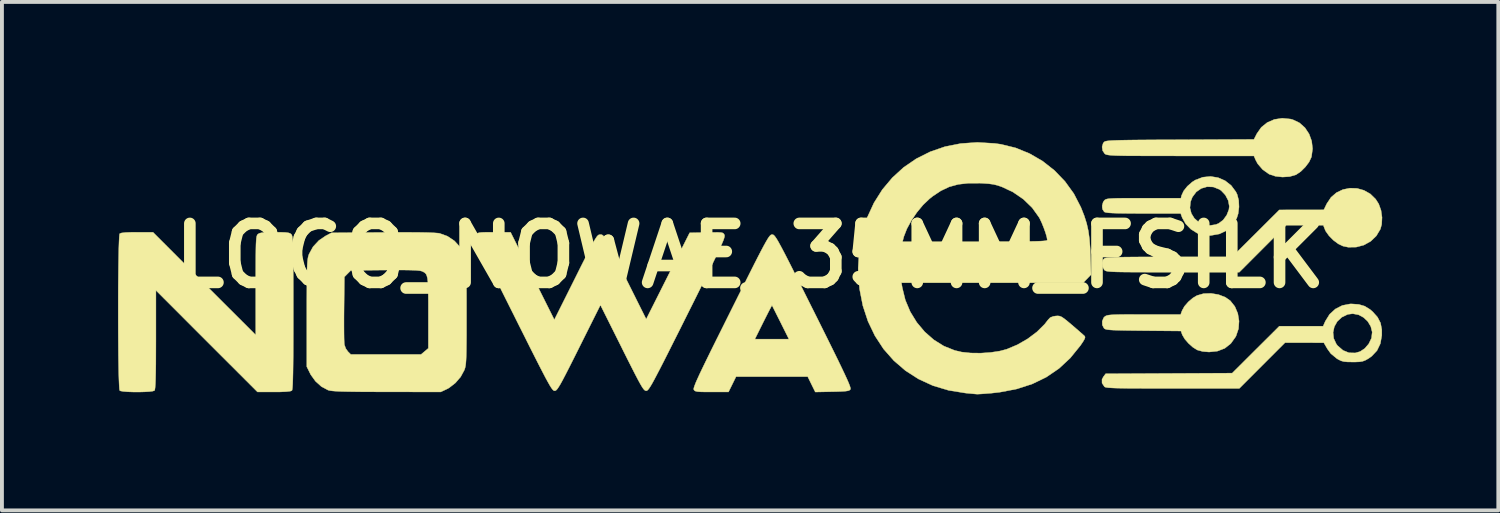
<source format=kicad_pcb>
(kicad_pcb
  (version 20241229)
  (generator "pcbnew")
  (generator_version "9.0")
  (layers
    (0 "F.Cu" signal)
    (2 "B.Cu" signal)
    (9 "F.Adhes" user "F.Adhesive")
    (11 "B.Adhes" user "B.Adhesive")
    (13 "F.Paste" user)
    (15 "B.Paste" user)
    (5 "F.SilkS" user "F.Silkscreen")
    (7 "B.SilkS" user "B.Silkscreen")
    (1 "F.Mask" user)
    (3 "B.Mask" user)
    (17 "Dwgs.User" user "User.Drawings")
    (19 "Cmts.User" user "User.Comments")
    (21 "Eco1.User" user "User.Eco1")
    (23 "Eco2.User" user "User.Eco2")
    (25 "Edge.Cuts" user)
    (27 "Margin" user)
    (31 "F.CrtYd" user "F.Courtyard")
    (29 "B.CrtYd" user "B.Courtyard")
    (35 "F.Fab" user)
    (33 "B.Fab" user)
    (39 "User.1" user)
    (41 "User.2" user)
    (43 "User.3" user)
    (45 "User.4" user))
  (footprint "LOGO_NOWAE_35MM_FSILK"
    (layer "F.Cu")
    (at 16.334 3.558)
    (property "Reference" "LOGO_NOWAE_35MM_FSILK" (at 0 0 0) (layer "F.SilkS") (effects (font (size 1.524 1.524) (thickness 0.3))))
    (attr through_hole)
    (fp_poly (pts (xy 12.103 1.005) (xy 12.279 1.073) (xy 12.407 1.163) (xy 12.525 1.312) (xy 12.601 1.492) (xy 12.633 1.689) (xy 12.619 1.887) (xy 12.556 2.073) (xy 12.546 2.093) (xy 12.421 2.268) (xy 12.265 2.392) (xy 12.076 2.465) (xy 11.859 2.488) (xy 11.694 2.474) (xy 11.558 2.437) (xy 11.547 2.432) (xy 11.439 2.364) (xy 11.328 2.265) (xy 11.232 2.154) (xy 11.169 2.048) (xy 11.162 2.031) (xy 11.132 1.945) (xy 10.165 1.936) (xy 9.894 1.933) (xy 9.677 1.93) (xy 9.509 1.926) (xy 9.381 1.922) (xy 9.289 1.916) (xy 9.225 1.908) (xy 9.183 1.898) (xy 9.157 1.885) (xy 9.145 1.875) (xy 9.101 1.792) (xy 9.098 1.693) (xy 9.135 1.602) (xy 9.163 1.573) (xy 9.186 1.558) (xy 9.217 1.545) (xy 9.262 1.535) (xy 9.329 1.528) (xy 9.423 1.523) (xy 9.553 1.52) (xy 9.723 1.518) (xy 9.941 1.517) (xy 10.179 1.517) (xy 11.125 1.517) (xy 11.161 1.419) (xy 11.222 1.308) (xy 11.322 1.193) (xy 11.44 1.092) (xy 11.547 1.028) (xy 11.718 0.979) (xy 11.909 0.973) (xy 12.103 1.005)) (stroke (width 0.01) (type solid)) (fill yes) (layer "F.SilkS"))
    (fp_poly (pts (xy 13.962 -3.532) (xy 14.024 -3.515) (xy 14.194 -3.434) (xy 14.336 -3.308) (xy 14.443 -3.147) (xy 14.51 -2.963) (xy 14.533 -2.765) (xy 14.506 -2.564) (xy 14.5 -2.543) (xy 14.442 -2.42) (xy 14.345 -2.292) (xy 14.229 -2.177) (xy 14.11 -2.096) (xy 14.097 -2.09) (xy 13.94 -2.045) (xy 13.757 -2.033) (xy 13.575 -2.053) (xy 13.417 -2.105) (xy 13.409 -2.109) (xy 13.245 -2.225) (xy 13.115 -2.376) (xy 13.059 -2.481) (xy 13.018 -2.579) (xy 11.125 -2.579) (xy 10.738 -2.58) (xy 10.408 -2.58) (xy 10.129 -2.581) (xy 9.897 -2.582) (xy 9.707 -2.583) (xy 9.555 -2.586) (xy 9.436 -2.589) (xy 9.346 -2.594) (xy 9.279 -2.6) (xy 9.233 -2.607) (xy 9.2 -2.615) (xy 9.178 -2.625) (xy 9.163 -2.635) (xy 9.109 -2.714) (xy 9.094 -2.813) (xy 9.121 -2.906) (xy 9.145 -2.937) (xy 9.16 -2.948) (xy 9.183 -2.957) (xy 9.22 -2.965) (xy 9.274 -2.971) (xy 9.351 -2.977) (xy 9.454 -2.981) (xy 9.589 -2.985) (xy 9.76 -2.988) (xy 9.972 -2.991) (xy 10.228 -2.993) (xy 10.533 -2.995) (xy 10.892 -2.996) (xy 11.108 -2.997) (xy 13.018 -3.006) (xy 13.094 -3.155) (xy 13.209 -3.319) (xy 13.363 -3.443) (xy 13.546 -3.522) (xy 13.749 -3.553) (xy 13.962 -3.532)) (stroke (width 0.01) (type solid)) (fill yes) (layer "F.SilkS"))
    (fp_poly (pts (xy 15.682 -1.74) (xy 15.861 -1.69) (xy 16.024 -1.598) (xy 16.163 -1.463) (xy 16.243 -1.337) (xy 16.302 -1.172) (xy 16.328 -0.989) (xy 16.319 -0.811) (xy 16.285 -0.687) (xy 16.18 -0.512) (xy 16.035 -0.373) (xy 15.858 -0.275) (xy 15.661 -0.223) (xy 15.454 -0.22) (xy 15.318 -0.249) (xy 15.199 -0.306) (xy 15.072 -0.4) (xy 14.959 -0.514) (xy 14.876 -0.63) (xy 14.858 -0.667) (xy 14.81 -0.789) (xy 13.853 -0.789) (xy 13.246 -0.182) (xy 12.64 0.425) (xy 10.922 0.425) (xy 10.556 0.425) (xy 10.246 0.425) (xy 9.987 0.424) (xy 9.774 0.423) (xy 9.602 0.421) (xy 9.467 0.418) (xy 9.364 0.414) (xy 9.289 0.409) (xy 9.235 0.403) (xy 9.199 0.395) (xy 9.175 0.385) (xy 9.159 0.374) (xy 9.149 0.364) (xy 9.105 0.282) (xy 9.096 0.187) (xy 9.121 0.104) (xy 9.15 0.072) (xy 9.173 0.062) (xy 9.216 0.054) (xy 9.284 0.048) (xy 9.382 0.043) (xy 9.514 0.038) (xy 9.685 0.035) (xy 9.898 0.033) (xy 10.159 0.031) (xy 10.472 0.031) (xy 10.831 0.03) (xy 12.455 0.03) (xy 13.065 -0.577) (xy 13.674 -1.184) (xy 14.249 -1.185) (xy 14.824 -1.186) (xy 14.9 -1.344) (xy 15.01 -1.509) (xy 15.152 -1.631) (xy 15.318 -1.71) (xy 15.498 -1.746) (xy 15.682 -1.74)) (stroke (width 0.01) (type solid)) (fill yes) (layer "F.SilkS"))
    (fp_poly (pts (xy 12.093 -2.017) (xy 12.274 -1.938) (xy 12.43 -1.815) (xy 12.551 -1.652) (xy 12.586 -1.58) (xy 12.624 -1.433) (xy 12.632 -1.261) (xy 12.611 -1.089) (xy 12.574 -0.971) (xy 12.462 -0.788) (xy 12.312 -0.652) (xy 12.126 -0.563) (xy 11.905 -0.524) (xy 11.896 -0.524) (xy 11.764 -0.523) (xy 11.661 -0.54) (xy 11.554 -0.582) (xy 11.547 -0.586) (xy 11.386 -0.688) (xy 11.255 -0.823) (xy 11.168 -0.975) (xy 11.164 -0.984) (xy 11.125 -1.092) (xy 10.166 -1.092) (xy 9.886 -1.093) (xy 9.661 -1.095) (xy 9.485 -1.098) (xy 9.352 -1.103) (xy 9.258 -1.109) (xy 9.195 -1.118) (xy 9.158 -1.129) (xy 9.15 -1.134) (xy 9.106 -1.2) (xy 9.102 -1.236) (xy 11.364 -1.236) (xy 11.401 -1.091) (xy 11.479 -0.966) (xy 11.591 -0.868) (xy 11.727 -0.804) (xy 11.878 -0.781) (xy 12.035 -0.806) (xy 12.108 -0.836) (xy 12.223 -0.923) (xy 12.315 -1.049) (xy 12.371 -1.192) (xy 12.381 -1.279) (xy 12.354 -1.426) (xy 12.28 -1.568) (xy 12.172 -1.683) (xy 12.125 -1.715) (xy 11.967 -1.777) (xy 11.807 -1.783) (xy 11.657 -1.739) (xy 11.527 -1.649) (xy 11.427 -1.516) (xy 11.38 -1.395) (xy 11.364 -1.236) (xy 9.102 -1.236) (xy 9.096 -1.291) (xy 9.121 -1.383) (xy 9.149 -1.426) (xy 9.167 -1.443) (xy 9.19 -1.456) (xy 9.225 -1.467) (xy 9.279 -1.475) (xy 9.359 -1.48) (xy 9.47 -1.484) (xy 9.62 -1.486) (xy 9.815 -1.487) (xy 10.062 -1.487) (xy 10.167 -1.487) (xy 11.131 -1.487) (xy 11.148 -1.557) (xy 11.202 -1.674) (xy 11.298 -1.795) (xy 11.421 -1.903) (xy 11.504 -1.956) (xy 11.697 -2.029) (xy 11.897 -2.049) (xy 12.093 -2.017)) (stroke (width 0.01) (type solid)) (fill yes) (layer "F.SilkS"))
    (fp_poly (pts (xy 15.727 1.258) (xy 15.88 1.303) (xy 16.018 1.388) (xy 16.086 1.447) (xy 16.212 1.588) (xy 16.289 1.737) (xy 16.322 1.909) (xy 16.322 2.058) (xy 16.284 2.272) (xy 16.198 2.451) (xy 16.061 2.597) (xy 15.979 2.655) (xy 15.9 2.7) (xy 15.83 2.727) (xy 15.75 2.741) (xy 15.638 2.746) (xy 15.568 2.746) (xy 15.434 2.744) (xy 15.341 2.735) (xy 15.269 2.715) (xy 15.196 2.679) (xy 15.156 2.654) (xy 15.004 2.528) (xy 14.915 2.405) (xy 14.824 2.248) (xy 14.323 2.247) (xy 13.822 2.246) (xy 13.231 2.837) (xy 12.64 3.429) (xy 10.92 3.429) (xy 10.548 3.429) (xy 10.232 3.428) (xy 9.968 3.427) (xy 9.75 3.426) (xy 9.575 3.423) (xy 9.438 3.42) (xy 9.334 3.415) (xy 9.258 3.41) (xy 9.206 3.403) (xy 9.173 3.395) (xy 9.155 3.385) (xy 9.154 3.383) (xy 9.093 3.291) (xy 9.092 3.195) (xy 9.127 3.13) (xy 9.186 3.05) (xy 12.456 3.034) (xy 13.065 2.427) (xy 13.512 1.983) (xy 15.063 1.983) (xy 15.079 2.136) (xy 15.146 2.28) (xy 15.182 2.327) (xy 15.321 2.446) (xy 15.474 2.508) (xy 15.637 2.512) (xy 15.76 2.477) (xy 15.88 2.398) (xy 15.984 2.278) (xy 16.054 2.134) (xy 16.057 2.123) (xy 16.074 1.973) (xy 16.038 1.829) (xy 15.961 1.7) (xy 15.852 1.596) (xy 15.719 1.525) (xy 15.572 1.498) (xy 15.441 1.515) (xy 15.288 1.589) (xy 15.171 1.698) (xy 15.095 1.834) (xy 15.063 1.983) (xy 13.512 1.983) (xy 13.674 1.821) (xy 14.806 1.821) (xy 14.863 1.691) (xy 14.973 1.514) (xy 15.123 1.376) (xy 15.302 1.285) (xy 15.503 1.246) (xy 15.537 1.245) (xy 15.727 1.258)) (stroke (width 0.01) (type solid)) (fill yes) (layer "F.SilkS"))
    (fp_poly (pts (xy 0.586 -0.544) (xy 0.604 -0.537) (xy 0.624 -0.519) (xy 0.649 -0.488) (xy 0.682 -0.44) (xy 0.723 -0.372) (xy 0.774 -0.279) (xy 0.839 -0.158) (xy 0.919 -0.005) (xy 1.015 0.183) (xy 1.13 0.411) (xy 1.266 0.681) (xy 1.424 0.997) (xy 1.607 1.363) (xy 1.639 1.426) (xy 1.831 1.811) (xy 1.997 2.145) (xy 2.139 2.432) (xy 2.258 2.674) (xy 2.356 2.877) (xy 2.435 3.043) (xy 2.496 3.175) (xy 2.541 3.277) (xy 2.571 3.352) (xy 2.588 3.405) (xy 2.594 3.437) (xy 2.591 3.452) (xy 2.571 3.473) (xy 2.534 3.489) (xy 2.47 3.499) (xy 2.371 3.506) (xy 2.227 3.511) (xy 2.12 3.513) (xy 1.683 3.522) (xy 1.488 3.126) (xy -0.365 3.126) (xy -0.559 3.52) (xy -0.992 3.52) (xy -1.163 3.52) (xy -1.283 3.517) (xy -1.363 3.511) (xy -1.411 3.5) (xy -1.439 3.484) (xy -1.456 3.46) (xy -1.459 3.442) (xy -1.452 3.408) (xy -1.435 3.356) (xy -1.406 3.282) (xy -1.362 3.182) (xy -1.303 3.053) (xy -1.226 2.892) (xy -1.13 2.694) (xy -1.014 2.457) (xy -0.875 2.177) (xy -0.864 2.155) (xy 0.122 2.155) (xy 1.002 2.155) (xy 0.786 1.722) (xy 0.712 1.575) (xy 0.649 1.449) (xy 0.6 1.352) (xy 0.571 1.295) (xy 0.564 1.284) (xy 0.55 1.307) (xy 0.513 1.376) (xy 0.458 1.482) (xy 0.391 1.615) (xy 0.34 1.716) (xy 0.122 2.155) (xy -0.864 2.155) (xy -0.712 1.85) (xy -0.524 1.473) (xy -0.501 1.427) (xy -0.314 1.052) (xy -0.151 0.728) (xy -0.012 0.451) (xy 0.106 0.217) (xy 0.205 0.023) (xy 0.287 -0.135) (xy 0.354 -0.261) (xy 0.408 -0.358) (xy 0.451 -0.431) (xy 0.484 -0.482) (xy 0.511 -0.515) (xy 0.532 -0.535) (xy 0.55 -0.544) (xy 0.566 -0.546) (xy 0.569 -0.546) (xy 0.586 -0.544)) (stroke (width 0.01) (type solid)) (fill yes) (layer "F.SilkS"))
    (fp_poly (pts (xy -14.104 0.721) (xy -12.776 2.048) (xy -12.776 0.771) (xy -12.776 0.458) (xy -12.775 0.2) (xy -12.774 -0.008) (xy -12.772 -0.172) (xy -12.769 -0.298) (xy -12.764 -0.391) (xy -12.758 -0.458) (xy -12.75 -0.502) (xy -12.74 -0.531) (xy -12.728 -0.549) (xy -12.72 -0.557) (xy -12.686 -0.578) (xy -12.631 -0.593) (xy -12.547 -0.602) (xy -12.421 -0.606) (xy -12.285 -0.607) (xy -12.123 -0.606) (xy -12.011 -0.602) (xy -11.937 -0.593) (xy -11.89 -0.579) (xy -11.86 -0.557) (xy -11.855 -0.551) (xy -11.845 -0.536) (xy -11.836 -0.511) (xy -11.829 -0.473) (xy -11.823 -0.416) (xy -11.818 -0.336) (xy -11.814 -0.229) (xy -11.811 -0.091) (xy -11.808 0.083) (xy -11.807 0.298) (xy -11.806 0.557) (xy -11.805 0.866) (xy -11.805 1.228) (xy -11.805 1.476) (xy -11.805 1.895) (xy -11.806 2.257) (xy -11.807 2.565) (xy -11.81 2.822) (xy -11.813 3.032) (xy -11.817 3.198) (xy -11.821 3.322) (xy -11.827 3.409) (xy -11.834 3.462) (xy -11.841 3.484) (xy -11.887 3.501) (xy -11.986 3.512) (xy -12.141 3.519) (xy -12.304 3.52) (xy -12.73 3.52) (xy -14.043 2.208) (xy -15.355 0.895) (xy -15.355 2.171) (xy -15.356 2.507) (xy -15.357 2.786) (xy -15.36 3.011) (xy -15.364 3.188) (xy -15.369 3.32) (xy -15.376 3.411) (xy -15.384 3.465) (xy -15.392 3.484) (xy -15.437 3.499) (xy -15.529 3.511) (xy -15.654 3.518) (xy -15.797 3.522) (xy -15.944 3.521) (xy -16.081 3.516) (xy -16.194 3.507) (xy -16.269 3.494) (xy -16.29 3.484) (xy -16.298 3.446) (xy -16.304 3.355) (xy -16.31 3.214) (xy -16.316 3.032) (xy -16.32 2.814) (xy -16.324 2.566) (xy -16.326 2.294) (xy -16.328 2.005) (xy -16.329 1.705) (xy -16.329 1.4) (xy -16.329 1.095) (xy -16.328 0.799) (xy -16.325 0.515) (xy -16.322 0.252) (xy -16.318 0.014) (xy -16.314 -0.191) (xy -16.308 -0.359) (xy -16.302 -0.482) (xy -16.295 -0.554) (xy -16.29 -0.571) (xy -16.243 -0.588) (xy -16.141 -0.6) (xy -15.982 -0.606) (xy -15.843 -0.607) (xy -15.431 -0.607) (xy -14.104 0.721)) (stroke (width 0.01) (type solid)) (fill yes) (layer "F.SilkS"))
    (fp_poly (pts (xy -8.525 -0.602) (xy -8.315 -0.598) (xy -8.159 -0.591) (xy -8.056 -0.583) (xy -8.022 -0.577) (xy -7.823 -0.505) (xy -7.642 -0.384) (xy -7.506 -0.236) (xy -7.465 -0.178) (xy -7.431 -0.125) (xy -7.403 -0.069) (xy -7.381 -0.006) (xy -7.364 0.07) (xy -7.351 0.166) (xy -7.342 0.287) (xy -7.335 0.439) (xy -7.331 0.629) (xy -7.33 0.861) (xy -7.329 1.143) (xy -7.329 1.472) (xy -7.329 1.794) (xy -7.329 2.061) (xy -7.331 2.279) (xy -7.333 2.454) (xy -7.336 2.593) (xy -7.341 2.7) (xy -7.347 2.781) (xy -7.355 2.844) (xy -7.365 2.892) (xy -7.378 2.934) (xy -7.387 2.957) (xy -7.48 3.129) (xy -7.615 3.286) (xy -7.775 3.411) (xy -7.845 3.449) (xy -7.996 3.52) (xy -9.392 3.518) (xy -9.734 3.517) (xy -10.021 3.516) (xy -10.257 3.513) (xy -10.448 3.51) (xy -10.599 3.506) (xy -10.714 3.5) (xy -10.8 3.493) (xy -10.861 3.484) (xy -10.902 3.474) (xy -10.906 3.473) (xy -11.08 3.38) (xy -11.234 3.241) (xy -11.355 3.072) (xy -11.37 3.042) (xy -11.456 2.868) (xy -11.456 1.805) (xy -10.496 1.805) (xy -10.495 1.989) (xy -10.493 2.139) (xy -10.489 2.247) (xy -10.484 2.302) (xy -10.449 2.398) (xy -10.393 2.477) (xy -10.321 2.549) (xy -8.502 2.549) (xy -8.315 2.392) (xy -8.315 1.476) (xy -8.315 1.202) (xy -8.317 0.983) (xy -8.32 0.811) (xy -8.327 0.681) (xy -8.338 0.585) (xy -8.355 0.517) (xy -8.377 0.471) (xy -8.408 0.439) (xy -8.447 0.416) (xy -8.49 0.397) (xy -8.542 0.386) (xy -8.635 0.377) (xy -8.774 0.372) (xy -8.962 0.369) (xy -9.204 0.369) (xy -9.447 0.37) (xy -10.317 0.379) (xy -10.401 0.463) (xy -10.485 0.548) (xy -10.494 1.374) (xy -10.496 1.597) (xy -10.496 1.805) (xy -11.456 1.805) (xy -11.456 1.487) (xy -11.456 1.159) (xy -11.455 0.886) (xy -11.454 0.662) (xy -11.452 0.482) (xy -11.449 0.339) (xy -11.444 0.228) (xy -11.438 0.143) (xy -11.43 0.078) (xy -11.421 0.028) (xy -11.409 -0.013) (xy -11.398 -0.043) (xy -11.295 -0.231) (xy -11.144 -0.394) (xy -10.972 -0.511) (xy -10.819 -0.592) (xy -9.498 -0.602) (xy -9.115 -0.604) (xy -8.791 -0.604) (xy -8.525 -0.602)) (stroke (width 0.01) (type solid)) (fill yes) (layer "F.SilkS"))
    (fp_poly (pts (xy -5.06 1.654) (xy -4.51 0.554) (xy -4.374 0.281) (xy -4.261 0.057) (xy -4.17 -0.122) (xy -4.098 -0.262) (xy -4.041 -0.367) (xy -3.996 -0.442) (xy -3.962 -0.493) (xy -3.934 -0.524) (xy -3.911 -0.54) (xy -3.889 -0.545) (xy -3.869 -0.546) (xy -3.846 -0.545) (xy -3.823 -0.538) (xy -3.799 -0.52) (xy -3.771 -0.486) (xy -3.735 -0.432) (xy -3.689 -0.352) (xy -3.629 -0.241) (xy -3.554 -0.095) (xy -3.459 0.092) (xy -3.343 0.324) (xy -3.232 0.546) (xy -2.686 1.639) (xy -2.125 0.523) (xy -1.563 -0.592) (xy -1.13 -0.6) (xy -0.96 -0.603) (xy -0.841 -0.604) (xy -0.763 -0.6) (xy -0.715 -0.591) (xy -0.688 -0.575) (xy -0.672 -0.552) (xy -0.665 -0.537) (xy -0.661 -0.519) (xy -0.664 -0.49) (xy -0.675 -0.448) (xy -0.696 -0.389) (xy -0.73 -0.309) (xy -0.777 -0.203) (xy -0.839 -0.07) (xy -0.919 0.096) (xy -1.017 0.298) (xy -1.136 0.539) (xy -1.277 0.823) (xy -1.442 1.155) (xy -1.621 1.512) (xy -1.809 1.889) (xy -1.973 2.214) (xy -2.113 2.493) (xy -2.232 2.728) (xy -2.332 2.923) (xy -2.415 3.082) (xy -2.482 3.209) (xy -2.536 3.307) (xy -2.579 3.379) (xy -2.613 3.43) (xy -2.639 3.463) (xy -2.659 3.481) (xy -2.676 3.489) (xy -2.686 3.49) (xy -2.706 3.486) (xy -2.729 3.472) (xy -2.756 3.443) (xy -2.79 3.394) (xy -2.835 3.319) (xy -2.892 3.215) (xy -2.965 3.076) (xy -3.056 2.898) (xy -3.169 2.675) (xy -3.305 2.403) (xy -3.315 2.382) (xy -3.869 1.274) (xy -4.423 2.382) (xy -4.561 2.658) (xy -4.675 2.884) (xy -4.768 3.065) (xy -4.842 3.207) (xy -4.9 3.313) (xy -4.946 3.389) (xy -4.981 3.44) (xy -5.008 3.471) (xy -5.031 3.486) (xy -5.052 3.49) (xy -5.053 3.49) (xy -5.069 3.487) (xy -5.087 3.475) (xy -5.11 3.451) (xy -5.139 3.411) (xy -5.176 3.352) (xy -5.223 3.269) (xy -5.283 3.16) (xy -5.356 3.02) (xy -5.446 2.846) (xy -5.554 2.634) (xy -5.682 2.381) (xy -5.831 2.083) (xy -6.005 1.737) (xy -6.117 1.512) (xy -6.307 1.133) (xy -6.471 0.804) (xy -6.611 0.522) (xy -6.728 0.283) (xy -6.826 0.083) (xy -6.904 -0.081) (xy -6.966 -0.213) (xy -7.012 -0.316) (xy -7.044 -0.395) (xy -7.065 -0.453) (xy -7.075 -0.494) (xy -7.078 -0.521) (xy -7.074 -0.536) (xy -7.059 -0.564) (xy -7.037 -0.584) (xy -6.998 -0.596) (xy -6.933 -0.603) (xy -6.83 -0.606) (xy -6.68 -0.607) (xy -6.616 -0.607) (xy -6.191 -0.607) (xy -5.06 1.654)) (stroke (width 0.01) (type solid)) (fill yes) (layer "F.SilkS"))
    (fp_poly (pts (xy 6.318 -2.902) (xy 6.479 -2.88) (xy 6.859 -2.787) (xy 7.22 -2.64) (xy 7.558 -2.444) (xy 7.865 -2.202) (xy 8.136 -1.92) (xy 8.365 -1.603) (xy 8.544 -1.256) (xy 8.552 -1.238) (xy 8.635 -1.026) (xy 8.696 -0.832) (xy 8.739 -0.64) (xy 8.768 -0.431) (xy 8.786 -0.189) (xy 8.792 -0.021) (xy 8.808 0.49) (xy 8.606 0.698) (xy 3.909 0.698) (xy 3.931 0.827) (xy 4.01 1.147) (xy 4.137 1.448) (xy 4.306 1.723) (xy 4.511 1.967) (xy 4.746 2.173) (xy 5.006 2.335) (xy 5.286 2.447) (xy 5.464 2.489) (xy 5.7 2.514) (xy 5.958 2.517) (xy 6.218 2.499) (xy 6.458 2.462) (xy 6.631 2.416) (xy 6.908 2.299) (xy 7.172 2.147) (xy 7.41 1.968) (xy 7.609 1.771) (xy 7.697 1.658) (xy 7.755 1.597) (xy 7.834 1.567) (xy 7.892 1.558) (xy 7.95 1.554) (xy 7.998 1.56) (xy 8.049 1.581) (xy 8.112 1.623) (xy 8.2 1.693) (xy 8.315 1.79) (xy 8.429 1.888) (xy 8.528 1.974) (xy 8.602 2.039) (xy 8.641 2.074) (xy 8.642 2.074) (xy 8.655 2.103) (xy 8.643 2.148) (xy 8.602 2.22) (xy 8.532 2.323) (xy 8.272 2.643) (xy 7.98 2.914) (xy 7.653 3.137) (xy 7.29 3.313) (xy 6.889 3.443) (xy 6.449 3.527) (xy 6.239 3.551) (xy 6.098 3.562) (xy 5.978 3.571) (xy 5.892 3.576) (xy 5.857 3.576) (xy 5.807 3.572) (xy 5.714 3.563) (xy 5.596 3.552) (xy 5.56 3.548) (xy 5.127 3.478) (xy 4.723 3.357) (xy 4.351 3.186) (xy 4.013 2.969) (xy 3.711 2.709) (xy 3.447 2.409) (xy 3.225 2.07) (xy 3.046 1.697) (xy 2.912 1.291) (xy 2.827 0.856) (xy 2.793 0.394) (xy 2.792 0.317) (xy 2.819 -0.146) (xy 2.858 -0.364) (xy 3.938 -0.364) (xy 5.808 -0.364) (xy 6.198 -0.364) (xy 6.532 -0.365) (xy 6.813 -0.366) (xy 7.046 -0.368) (xy 7.235 -0.37) (xy 7.384 -0.373) (xy 7.497 -0.377) (xy 7.579 -0.382) (xy 7.634 -0.388) (xy 7.665 -0.395) (xy 7.677 -0.404) (xy 7.678 -0.406) (xy 7.666 -0.481) (xy 7.634 -0.591) (xy 7.588 -0.72) (xy 7.536 -0.849) (xy 7.484 -0.959) (xy 7.469 -0.987) (xy 7.288 -1.24) (xy 7.06 -1.461) (xy 6.79 -1.646) (xy 6.509 -1.778) (xy 6.397 -1.817) (xy 6.288 -1.844) (xy 6.163 -1.861) (xy 6.003 -1.872) (xy 5.939 -1.875) (xy 5.637 -1.874) (xy 5.376 -1.844) (xy 5.143 -1.78) (xy 4.926 -1.677) (xy 4.711 -1.533) (xy 4.633 -1.47) (xy 4.467 -1.312) (xy 4.308 -1.12) (xy 4.166 -0.909) (xy 4.05 -0.696) (xy 3.972 -0.496) (xy 3.959 -0.448) (xy 3.938 -0.364) (xy 2.858 -0.364) (xy 2.898 -0.582) (xy 3.026 -0.99) (xy 3.2 -1.367) (xy 3.416 -1.709) (xy 3.673 -2.015) (xy 3.965 -2.282) (xy 4.292 -2.506) (xy 4.649 -2.685) (xy 5.033 -2.818) (xy 5.441 -2.899) (xy 5.871 -2.929) (xy 6.318 -2.902)) (stroke (width 0.01) (type solid)) (fill yes) (layer "F.SilkS")))
  (gr_rect
    (start -3 -3)
    (end 35.667 10.139)
    (stroke (width 0.1) (type default))
    (fill no)
    (layer "Edge.Cuts")))
</source>
